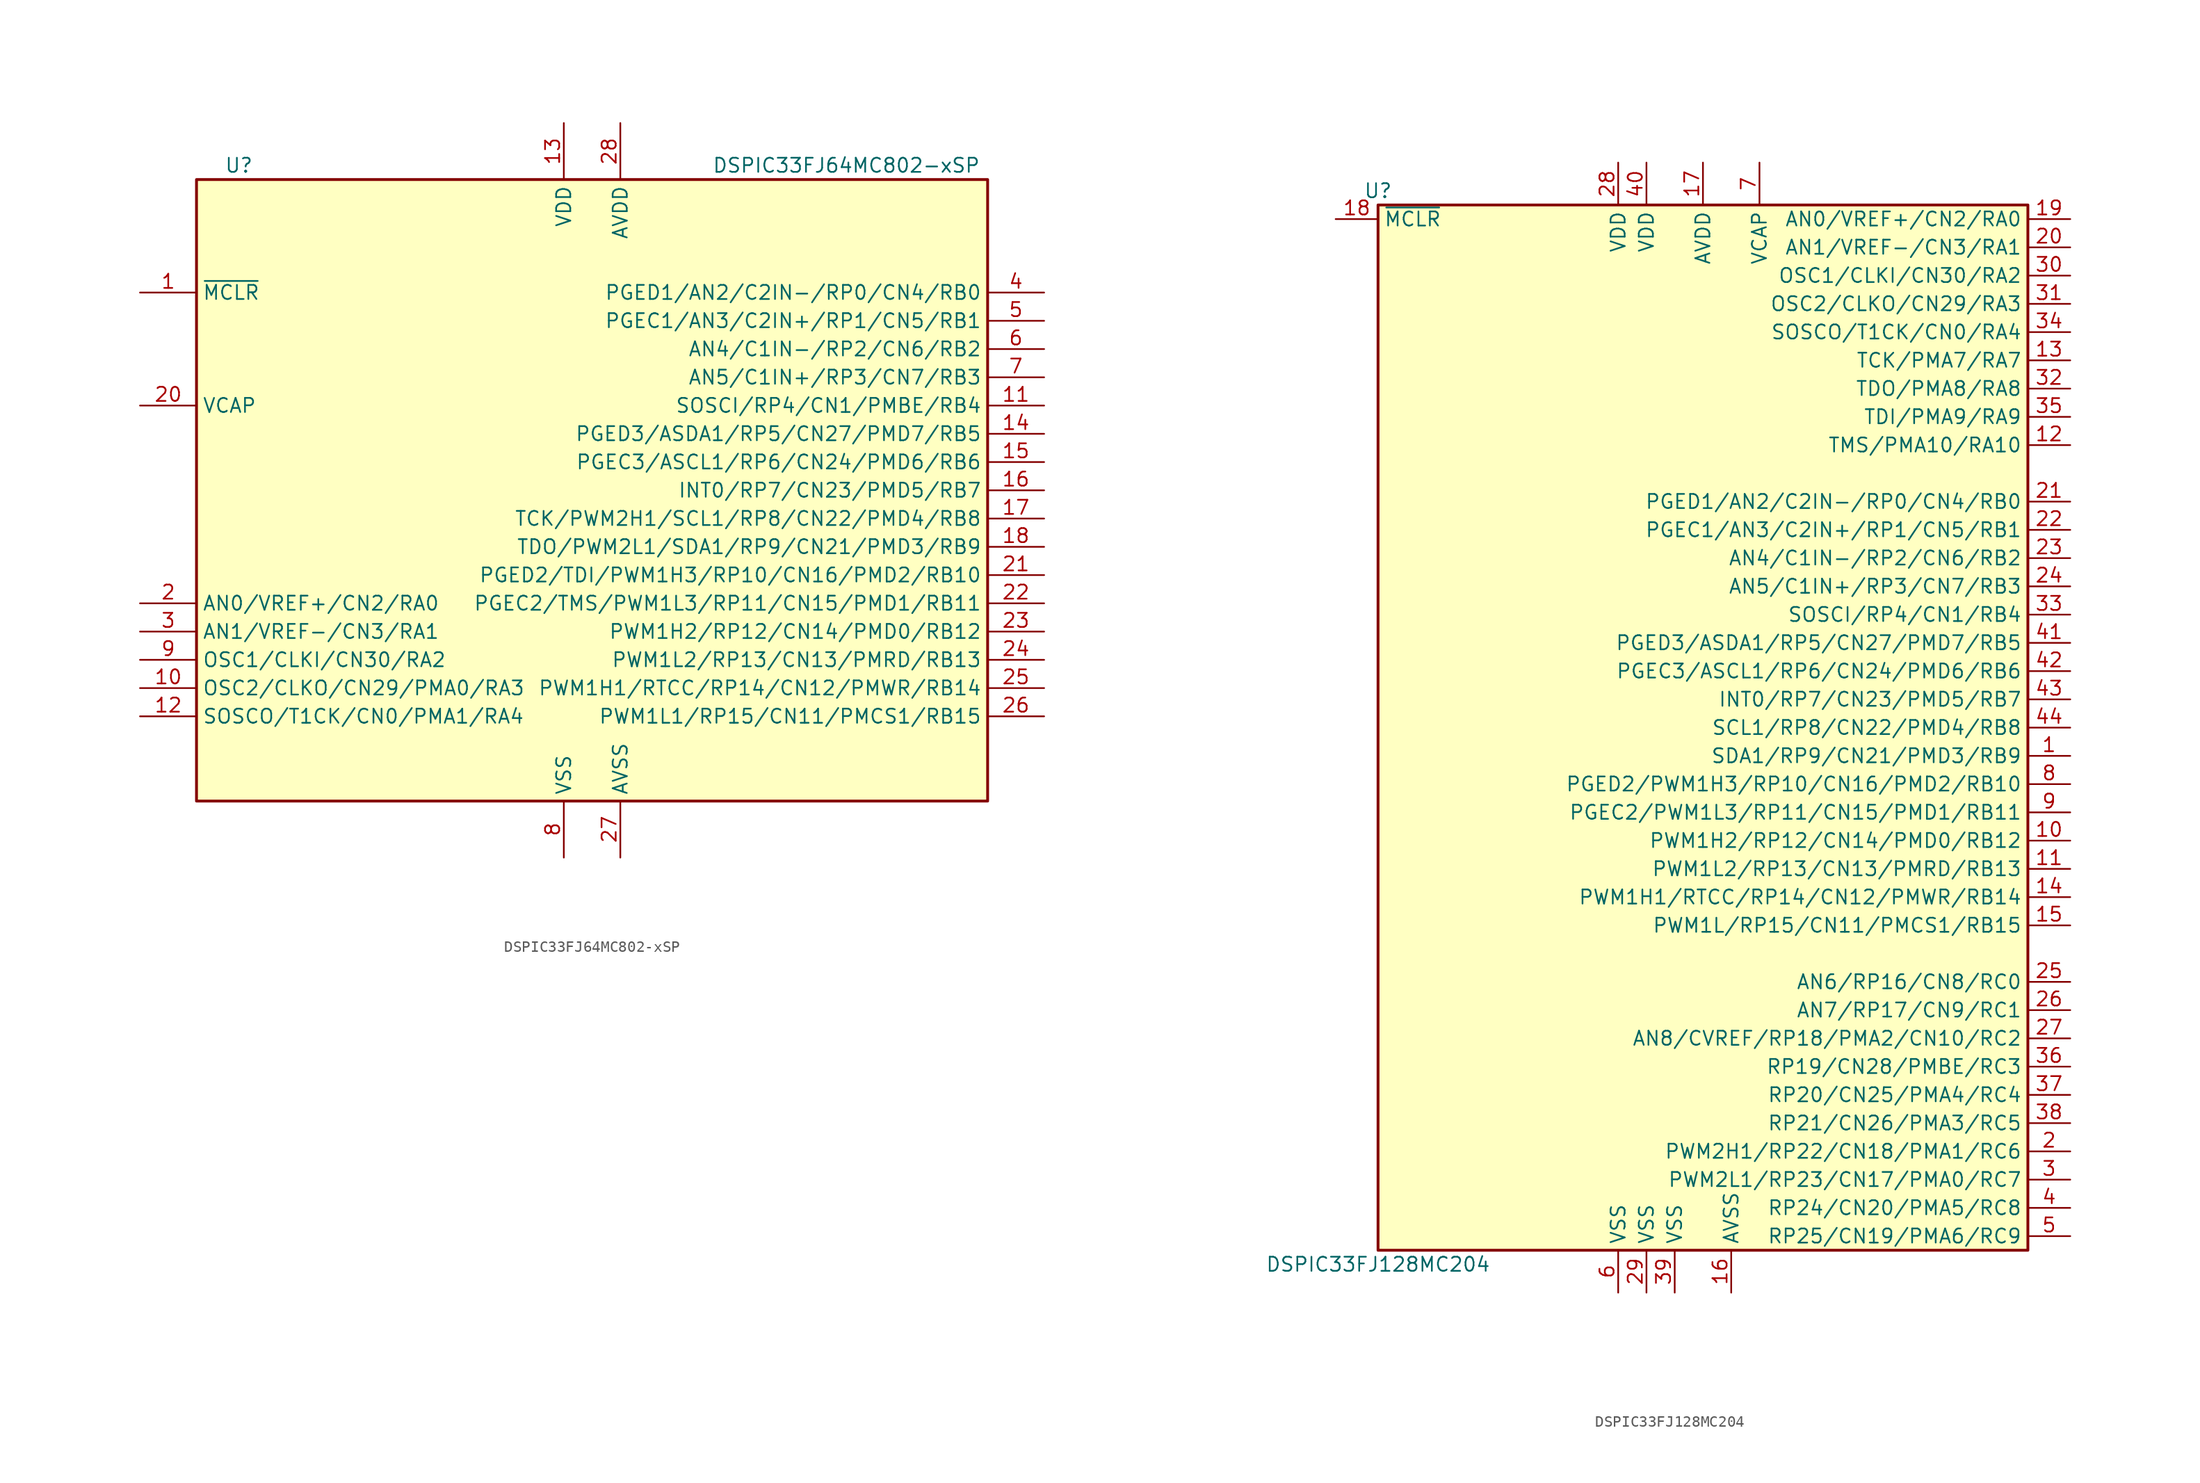
<source format=kicad_sym>
(kicad_symbol_lib
  (version 20220914)
  (generator kicad_symbol_editor)
  (symbol "DSPIC33FJ64MC802-xSP"
    (property "Reference" "U"
      (at -31.75 29.21 0)
      (effects (font (size 1.27 1.27))))
    (property "Value" "DSPIC33FJ64MC802-xSP"
      (at 22.86 29.21 0)
      (effects (font (size 1.27 1.27))))
    (symbol "DSPIC33FJ64MC802-xSP_0_1"
      (rectangle (start -35.56 27.94) (end 35.56 -27.94) (stroke (width 0.254) (type default)) (fill (type background))))
    (symbol "DSPIC33FJ64MC802-xSP_1_1"
      (pin input line (at -40.64 17.78 0) (length 5.08) (name "~{MCLR}" (effects (font (size 1.27 1.27)))) (number "1" (effects (font (size 1.27 1.27)))))
      (pin bidirectional line (at -40.64 -17.78 0) (length 5.08) (name "OSC2/CLKO/CN29/PMA0/RA3" (effects (font (size 1.27 1.27)))) (number "10" (effects (font (size 1.27 1.27)))))
      (pin bidirectional line (at 40.64 7.62 180) (length 5.08) (name "SOSCI/RP4/CN1/PMBE/RB4" (effects (font (size 1.27 1.27)))) (number "11" (effects (font (size 1.27 1.27)))))
      (pin bidirectional line (at -40.64 -20.32 0) (length 5.08) (name "SOSCO/T1CK/CN0/PMA1/RA4" (effects (font (size 1.27 1.27)))) (number "12" (effects (font (size 1.27 1.27)))))
      (pin power_in line (at -2.54 33.02 270) (length 5.08) (name "VDD" (effects (font (size 1.27 1.27)))) (number "13" (effects (font (size 1.27 1.27)))))
      (pin bidirectional line (at 40.64 5.08 180) (length 5.08) (name "PGED3/ASDA1/RP5/CN27/PMD7/RB5" (effects (font (size 1.27 1.27)))) (number "14" (effects (font (size 1.27 1.27)))))
      (pin bidirectional line (at 40.64 2.54 180) (length 5.08) (name "PGEC3/ASCL1/RP6/CN24/PMD6/RB6" (effects (font (size 1.27 1.27)))) (number "15" (effects (font (size 1.27 1.27)))))
      (pin bidirectional line (at 40.64 0 180) (length 5.08) (name "INT0/RP7/CN23/PMD5/RB7" (effects (font (size 1.27 1.27)))) (number "16" (effects (font (size 1.27 1.27)))))
      (pin bidirectional line (at 40.64 -2.54 180) (length 5.08) (name "TCK/PWM2H1/SCL1/RP8/CN22/PMD4/RB8" (effects (font (size 1.27 1.27)))) (number "17" (effects (font (size 1.27 1.27)))))
      (pin bidirectional line (at 40.64 -5.08 180) (length 5.08) (name "TDO/PWM2L1/SDA1/RP9/CN21/PMD3/RB9" (effects (font (size 1.27 1.27)))) (number "18" (effects (font (size 1.27 1.27)))))
      (pin passive line (at -2.54 -33.02 90) (length 5.08) hide (name "VSS" (effects (font (size 1.27 1.27)))) (number "19" (effects (font (size 1.27 1.27)))))
      (pin bidirectional line (at -40.64 -10.16 0) (length 5.08) (name "AN0/VREF+/CN2/RA0" (effects (font (size 1.27 1.27)))) (number "2" (effects (font (size 1.27 1.27)))))
      (pin passive line (at -40.64 7.62 0) (length 5.08) (name "VCAP" (effects (font (size 1.27 1.27)))) (number "20" (effects (font (size 1.27 1.27)))))
      (pin bidirectional line (at 40.64 -7.62 180) (length 5.08) (name "PGED2/TDI/PWM1H3/RP10/CN16/PMD2/RB10" (effects (font (size 1.27 1.27)))) (number "21" (effects (font (size 1.27 1.27)))))
      (pin bidirectional line (at 40.64 -10.16 180) (length 5.08) (name "PGEC2/TMS/PWM1L3/RP11/CN15/PMD1/RB11" (effects (font (size 1.27 1.27)))) (number "22" (effects (font (size 1.27 1.27)))))
      (pin bidirectional line (at 40.64 -12.7 180) (length 5.08) (name "PWM1H2/RP12/CN14/PMD0/RB12" (effects (font (size 1.27 1.27)))) (number "23" (effects (font (size 1.27 1.27)))))
      (pin bidirectional line (at 40.64 -15.24 180) (length 5.08) (name "PWM1L2/RP13/CN13/PMRD/RB13" (effects (font (size 1.27 1.27)))) (number "24" (effects (font (size 1.27 1.27)))))
      (pin bidirectional line (at 40.64 -17.78 180) (length 5.08) (name "PWM1H1/RTCC/RP14/CN12/PMWR/RB14" (effects (font (size 1.27 1.27)))) (number "25" (effects (font (size 1.27 1.27)))))
      (pin bidirectional line (at 40.64 -20.32 180) (length 5.08) (name "PWM1L1/RP15/CN11/PMCS1/RB15" (effects (font (size 1.27 1.27)))) (number "26" (effects (font (size 1.27 1.27)))))
      (pin power_in line (at 2.54 -33.02 90) (length 5.08) (name "AVSS" (effects (font (size 1.27 1.27)))) (number "27" (effects (font (size 1.27 1.27)))))
      (pin power_in line (at 2.54 33.02 270) (length 5.08) (name "AVDD" (effects (font (size 1.27 1.27)))) (number "28" (effects (font (size 1.27 1.27)))))
      (pin bidirectional line (at -40.64 -12.7 0) (length 5.08) (name "AN1/VREF-/CN3/RA1" (effects (font (size 1.27 1.27)))) (number "3" (effects (font (size 1.27 1.27)))))
      (pin bidirectional line (at 40.64 17.78 180) (length 5.08) (name "PGED1/AN2/C2IN-/RP0/CN4/RB0" (effects (font (size 1.27 1.27)))) (number "4" (effects (font (size 1.27 1.27)))))
      (pin bidirectional line (at 40.64 15.24 180) (length 5.08) (name "PGEC1/AN3/C2IN+/RP1/CN5/RB1" (effects (font (size 1.27 1.27)))) (number "5" (effects (font (size 1.27 1.27)))))
      (pin bidirectional line (at 40.64 12.7 180) (length 5.08) (name "AN4/C1IN-/RP2/CN6/RB2" (effects (font (size 1.27 1.27)))) (number "6" (effects (font (size 1.27 1.27)))))
      (pin bidirectional line (at 40.64 10.16 180) (length 5.08) (name "AN5/C1IN+/RP3/CN7/RB3" (effects (font (size 1.27 1.27)))) (number "7" (effects (font (size 1.27 1.27)))))
      (pin power_in line (at -2.54 -33.02 90) (length 5.08) (name "VSS" (effects (font (size 1.27 1.27)))) (number "8" (effects (font (size 1.27 1.27)))))
      (pin bidirectional line (at -40.64 -15.24 0) (length 5.08) (name "OSC1/CLKI/CN30/RA2" (effects (font (size 1.27 1.27)))) (number "9" (effects (font (size 1.27 1.27)))))))
  (symbol "DSPIC33FJ128MC204"
    (property "Reference" "U"
      (at -29.21 48.26 0)
      (effects (font (size 1.27 1.27))))
    (property "Value" "DSPIC33FJ128MC204"
      (at -29.21 -48.26 0)
      (effects (font (size 1.27 1.27))))
    (symbol "DSPIC33FJ128MC204_1_1"
      (rectangle (start -29.21 46.99) (end 29.21 -46.99) (stroke (width 0.254) (type default)) (fill (type background)))
      (pin bidirectional line (at 33.02 -2.54 180) (length 3.81) (name "SDA1/RP9/CN21/PMD3/RB9" (effects (font (size 1.27 1.27)))) (number "1" (effects (font (size 1.27 1.27)))))
      (pin bidirectional line (at 33.02 -10.16 180) (length 3.81) (name "PWM1H2/RP12/CN14/PMD0/RB12" (effects (font (size 1.27 1.27)))) (number "10" (effects (font (size 1.27 1.27)))))
      (pin bidirectional line (at 33.02 -12.7 180) (length 3.81) (name "PWM1L2/RP13/CN13/PMRD/RB13" (effects (font (size 1.27 1.27)))) (number "11" (effects (font (size 1.27 1.27)))))
      (pin bidirectional line (at 33.02 25.4 180) (length 3.81) (name "TMS/PMA10/RA10" (effects (font (size 1.27 1.27)))) (number "12" (effects (font (size 1.27 1.27)))))
      (pin bidirectional line (at 33.02 33.02 180) (length 3.81) (name "TCK/PMA7/RA7" (effects (font (size 1.27 1.27)))) (number "13" (effects (font (size 1.27 1.27)))))
      (pin bidirectional line (at 33.02 -15.24 180) (length 3.81) (name "PWM1H1/RTCC/RP14/CN12/PMWR/RB14" (effects (font (size 1.27 1.27)))) (number "14" (effects (font (size 1.27 1.27)))))
      (pin bidirectional line (at 33.02 -17.78 180) (length 3.81) (name "PWM1L/RP15/CN11/PMCS1/RB15" (effects (font (size 1.27 1.27)))) (number "15" (effects (font (size 1.27 1.27)))))
      (pin power_in line (at 2.54 -50.8 90) (length 3.81) (name "AVSS" (effects (font (size 1.27 1.27)))) (number "16" (effects (font (size 1.27 1.27)))))
      (pin power_in line (at 0 50.8 270) (length 3.81) (name "AVDD" (effects (font (size 1.27 1.27)))) (number "17" (effects (font (size 1.27 1.27)))))
      (pin input line (at -33.02 45.72 0) (length 3.81) (name "~{MCLR}" (effects (font (size 1.27 1.27)))) (number "18" (effects (font (size 1.27 1.27)))))
      (pin bidirectional line (at 33.02 45.72 180) (length 3.81) (name "AN0/VREF+/CN2/RA0" (effects (font (size 1.27 1.27)))) (number "19" (effects (font (size 1.27 1.27)))))
      (pin bidirectional line (at 33.02 -38.1 180) (length 3.81) (name "PWM2H1/RP22/CN18/PMA1/RC6" (effects (font (size 1.27 1.27)))) (number "2" (effects (font (size 1.27 1.27)))))
      (pin bidirectional line (at 33.02 43.18 180) (length 3.81) (name "AN1/VREF-/CN3/RA1" (effects (font (size 1.27 1.27)))) (number "20" (effects (font (size 1.27 1.27)))))
      (pin bidirectional line (at 33.02 20.32 180) (length 3.81) (name "PGED1/AN2/C2IN-/RP0/CN4/RB0" (effects (font (size 1.27 1.27)))) (number "21" (effects (font (size 1.27 1.27)))))
      (pin bidirectional line (at 33.02 17.78 180) (length 3.81) (name "PGEC1/AN3/C2IN+/RP1/CN5/RB1" (effects (font (size 1.27 1.27)))) (number "22" (effects (font (size 1.27 1.27)))))
      (pin bidirectional line (at 33.02 15.24 180) (length 3.81) (name "AN4/C1IN-/RP2/CN6/RB2" (effects (font (size 1.27 1.27)))) (number "23" (effects (font (size 1.27 1.27)))))
      (pin bidirectional line (at 33.02 12.7 180) (length 3.81) (name "AN5/C1IN+/RP3/CN7/RB3" (effects (font (size 1.27 1.27)))) (number "24" (effects (font (size 1.27 1.27)))))
      (pin bidirectional line (at 33.02 -22.86 180) (length 3.81) (name "AN6/RP16/CN8/RC0" (effects (font (size 1.27 1.27)))) (number "25" (effects (font (size 1.27 1.27)))))
      (pin bidirectional line (at 33.02 -25.4 180) (length 3.81) (name "AN7/RP17/CN9/RC1" (effects (font (size 1.27 1.27)))) (number "26" (effects (font (size 1.27 1.27)))))
      (pin bidirectional line (at 33.02 -27.94 180) (length 3.81) (name "AN8/CVREF/RP18/PMA2/CN10/RC2" (effects (font (size 1.27 1.27)))) (number "27" (effects (font (size 1.27 1.27)))))
      (pin power_in line (at -7.62 50.8 270) (length 3.81) (name "VDD" (effects (font (size 1.27 1.27)))) (number "28" (effects (font (size 1.27 1.27)))))
      (pin power_in line (at -5.08 -50.8 90) (length 3.81) (name "VSS" (effects (font (size 1.27 1.27)))) (number "29" (effects (font (size 1.27 1.27)))))
      (pin bidirectional line (at 33.02 -40.64 180) (length 3.81) (name "PWM2L1/RP23/CN17/PMA0/RC7" (effects (font (size 1.27 1.27)))) (number "3" (effects (font (size 1.27 1.27)))))
      (pin input line (at 33.02 40.64 180) (length 3.81) (name "OSC1/CLKI/CN30/RA2" (effects (font (size 1.27 1.27)))) (number "30" (effects (font (size 1.27 1.27)))))
      (pin input line (at 33.02 38.1 180) (length 3.81) (name "OSC2/CLKO/CN29/RA3" (effects (font (size 1.27 1.27)))) (number "31" (effects (font (size 1.27 1.27)))))
      (pin input line (at 33.02 30.48 180) (length 3.81) (name "TDO/PMA8/RA8" (effects (font (size 1.27 1.27)))) (number "32" (effects (font (size 1.27 1.27)))))
      (pin input line (at 33.02 10.16 180) (length 3.81) (name "SOSCI/RP4/CN1/RB4" (effects (font (size 1.27 1.27)))) (number "33" (effects (font (size 1.27 1.27)))))
      (pin input line (at 33.02 35.56 180) (length 3.81) (name "SOSCO/T1CK/CN0/RA4" (effects (font (size 1.27 1.27)))) (number "34" (effects (font (size 1.27 1.27)))))
      (pin input line (at 33.02 27.94 180) (length 3.81) (name "TDI/PMA9/RA9" (effects (font (size 1.27 1.27)))) (number "35" (effects (font (size 1.27 1.27)))))
      (pin input line (at 33.02 -30.48 180) (length 3.81) (name "RP19/CN28/PMBE/RC3" (effects (font (size 1.27 1.27)))) (number "36" (effects (font (size 1.27 1.27)))))
      (pin input line (at 33.02 -33.02 180) (length 3.81) (name "RP20/CN25/PMA4/RC4" (effects (font (size 1.27 1.27)))) (number "37" (effects (font (size 1.27 1.27)))))
      (pin input line (at 33.02 -35.56 180) (length 3.81) (name "RP21/CN26/PMA3/RC5" (effects (font (size 1.27 1.27)))) (number "38" (effects (font (size 1.27 1.27)))))
      (pin power_in line (at -2.54 -50.8 90) (length 3.81) (name "VSS" (effects (font (size 1.27 1.27)))) (number "39" (effects (font (size 1.27 1.27)))))
      (pin bidirectional line (at 33.02 -43.18 180) (length 3.81) (name "RP24/CN20/PMA5/RC8" (effects (font (size 1.27 1.27)))) (number "4" (effects (font (size 1.27 1.27)))))
      (pin power_in line (at -5.08 50.8 270) (length 3.81) (name "VDD" (effects (font (size 1.27 1.27)))) (number "40" (effects (font (size 1.27 1.27)))))
      (pin input line (at 33.02 7.62 180) (length 3.81) (name "PGED3/ASDA1/RP5/CN27/PMD7/RB5" (effects (font (size 1.27 1.27)))) (number "41" (effects (font (size 1.27 1.27)))))
      (pin input line (at 33.02 5.08 180) (length 3.81) (name "PGEC3/ASCL1/RP6/CN24/PMD6/RB6" (effects (font (size 1.27 1.27)))) (number "42" (effects (font (size 1.27 1.27)))))
      (pin input line (at 33.02 2.54 180) (length 3.81) (name "INT0/RP7/CN23/PMD5/RB7" (effects (font (size 1.27 1.27)))) (number "43" (effects (font (size 1.27 1.27)))))
      (pin input line (at 33.02 0 180) (length 3.81) (name "SCL1/RP8/CN22/PMD4/RB8" (effects (font (size 1.27 1.27)))) (number "44" (effects (font (size 1.27 1.27)))))
      (pin bidirectional line (at 33.02 -45.72 180) (length 3.81) (name "RP25/CN19/PMA6/RC9" (effects (font (size 1.27 1.27)))) (number "5" (effects (font (size 1.27 1.27)))))
      (pin power_in line (at -7.62 -50.8 90) (length 3.81) (name "VSS" (effects (font (size 1.27 1.27)))) (number "6" (effects (font (size 1.27 1.27)))))
      (pin power_in line (at 5.08 50.8 270) (length 3.81) (name "VCAP" (effects (font (size 1.27 1.27)))) (number "7" (effects (font (size 1.27 1.27)))))
      (pin bidirectional line (at 33.02 -5.08 180) (length 3.81) (name "PGED2/PWM1H3/RP10/CN16/PMD2/RB10" (effects (font (size 1.27 1.27)))) (number "8" (effects (font (size 1.27 1.27)))))
      (pin bidirectional line (at 33.02 -7.62 180) (length 3.81) (name "PGEC2/PWM1L3/RP11/CN15/PMD1/RB11" (effects (font (size 1.27 1.27)))) (number "9" (effects (font (size 1.27 1.27))))))))
</source>
